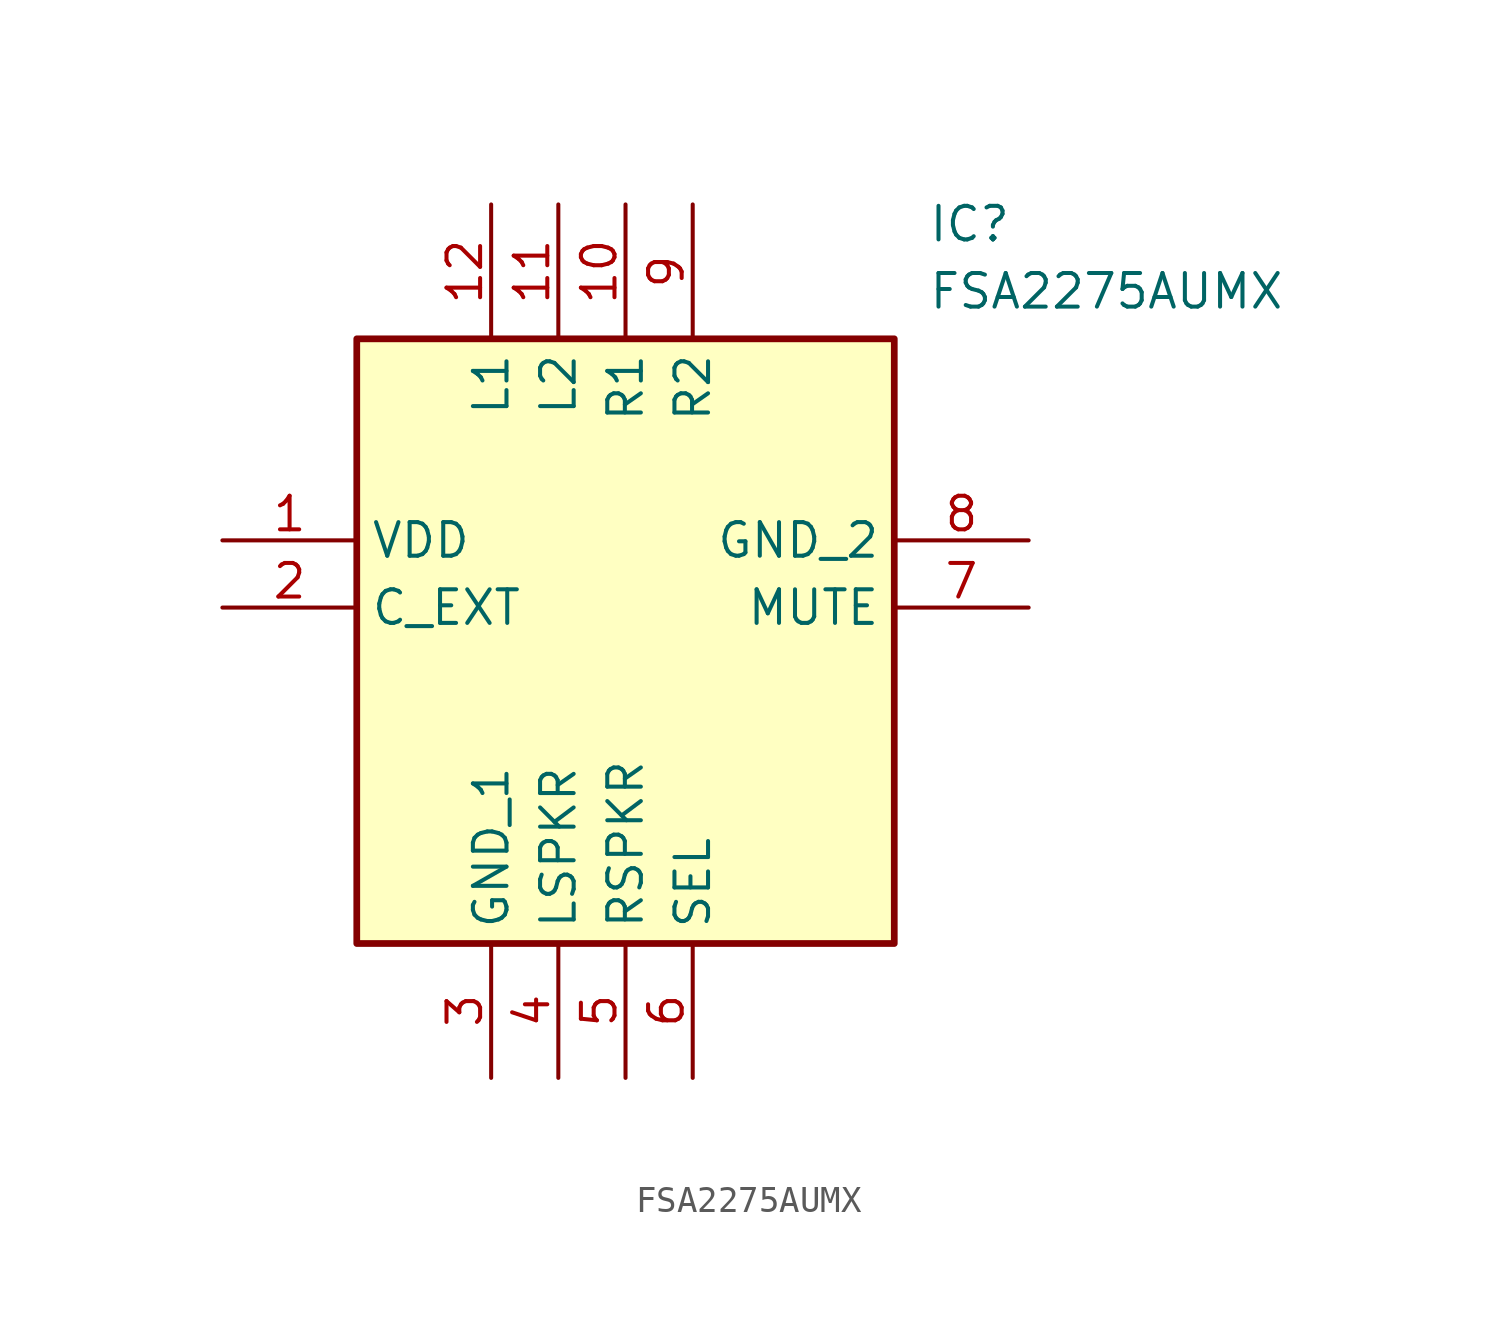
<source format=kicad_sym>
(kicad_symbol_lib
  (version 20211014)
  (generator SamacSys_ECAD_Model)
  (symbol "FSA2275AUMX"
    (property "Reference" "IC"
      (at 26.67 12.7 0)
      (effects (font (size 1.27 1.27)) (justify left top)))
    (property "Value" "FSA2275AUMX"
      (at 26.67 10.16 0)
      (effects (font (size 1.27 1.27)) (justify left top)))
    (rectangle
      (start 5.08 7.62)
      (end 25.4 -15.24)
      (stroke (width 0.254) (type default))
      (fill (type background)))
    (pin passive line
      (at 0 0 0)
      (length 5.08)
      (name "VDD" (effects (font (size 1.27 1.27))))
      (number "1" (effects (font (size 1.27 1.27)))))
    (pin passive line
      (at 0 -2.54 0)
      (length 5.08)
      (name "C_EXT" (effects (font (size 1.27 1.27))))
      (number "2" (effects (font (size 1.27 1.27)))))
    (pin passive line
      (at 10.16 -20.32 90)
      (length 5.08)
      (name "GND_1" (effects (font (size 1.27 1.27))))
      (number "3" (effects (font (size 1.27 1.27)))))
    (pin passive line
      (at 12.7 -20.32 90)
      (length 5.08)
      (name "LSPKR" (effects (font (size 1.27 1.27))))
      (number "4" (effects (font (size 1.27 1.27)))))
    (pin passive line
      (at 15.24 -20.32 90)
      (length 5.08)
      (name "RSPKR" (effects (font (size 1.27 1.27))))
      (number "5" (effects (font (size 1.27 1.27)))))
    (pin passive line
      (at 17.78 -20.32 90)
      (length 5.08)
      (name "SEL" (effects (font (size 1.27 1.27))))
      (number "6" (effects (font (size 1.27 1.27)))))
    (pin passive line
      (at 30.48 -2.54 180)
      (length 5.08)
      (name "MUTE" (effects (font (size 1.27 1.27))))
      (number "7" (effects (font (size 1.27 1.27)))))
    (pin passive line
      (at 30.48 0 180)
      (length 5.08)
      (name "GND_2" (effects (font (size 1.27 1.27))))
      (number "8" (effects (font (size 1.27 1.27)))))
    (pin passive line
      (at 17.78 12.7 270)
      (length 5.08)
      (name "R2" (effects (font (size 1.27 1.27))))
      (number "9" (effects (font (size 1.27 1.27)))))
    (pin passive line
      (at 15.24 12.7 270)
      (length 5.08)
      (name "R1" (effects (font (size 1.27 1.27))))
      (number "10" (effects (font (size 1.27 1.27)))))
    (pin passive line
      (at 12.7 12.7 270)
      (length 5.08)
      (name "L2" (effects (font (size 1.27 1.27))))
      (number "11" (effects (font (size 1.27 1.27)))))
    (pin passive line
      (at 10.16 12.7 270)
      (length 5.08)
      (name "L1" (effects (font (size 1.27 1.27))))
      (number "12" (effects (font (size 1.27 1.27)))))))
</source>
